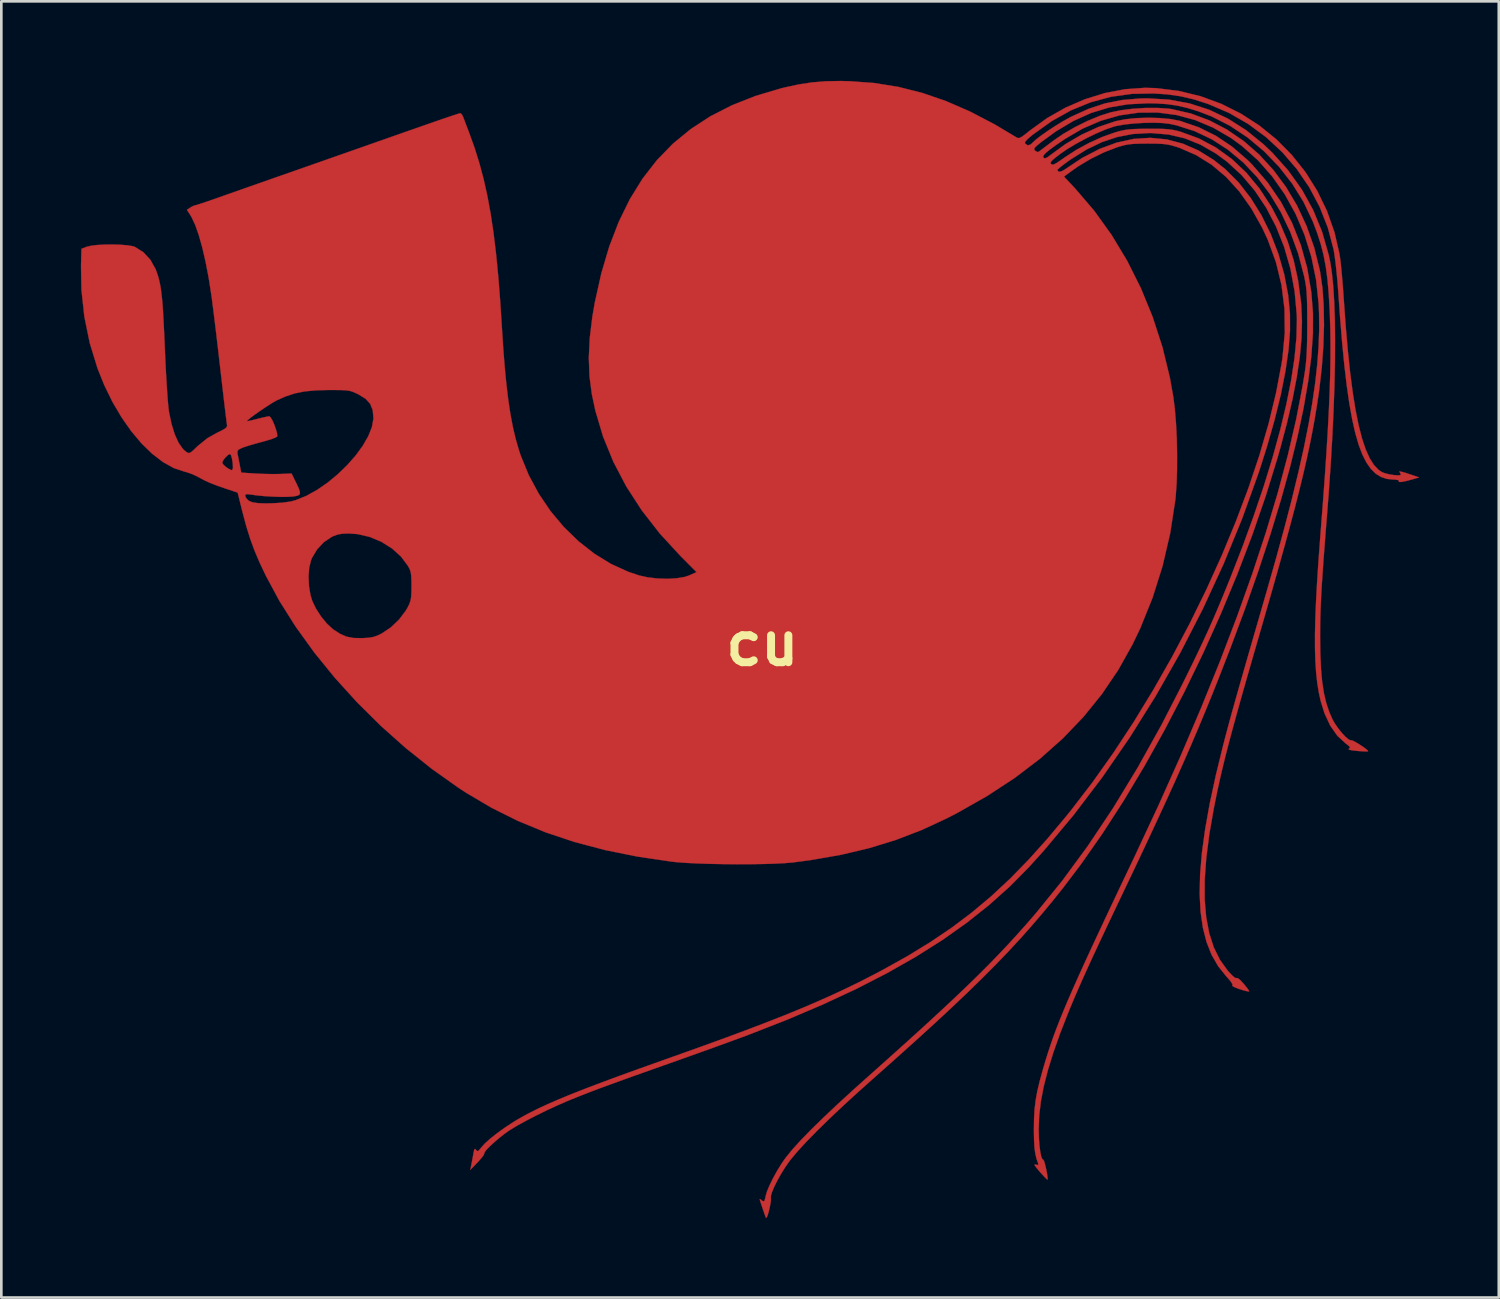
<source format=kicad_pcb>
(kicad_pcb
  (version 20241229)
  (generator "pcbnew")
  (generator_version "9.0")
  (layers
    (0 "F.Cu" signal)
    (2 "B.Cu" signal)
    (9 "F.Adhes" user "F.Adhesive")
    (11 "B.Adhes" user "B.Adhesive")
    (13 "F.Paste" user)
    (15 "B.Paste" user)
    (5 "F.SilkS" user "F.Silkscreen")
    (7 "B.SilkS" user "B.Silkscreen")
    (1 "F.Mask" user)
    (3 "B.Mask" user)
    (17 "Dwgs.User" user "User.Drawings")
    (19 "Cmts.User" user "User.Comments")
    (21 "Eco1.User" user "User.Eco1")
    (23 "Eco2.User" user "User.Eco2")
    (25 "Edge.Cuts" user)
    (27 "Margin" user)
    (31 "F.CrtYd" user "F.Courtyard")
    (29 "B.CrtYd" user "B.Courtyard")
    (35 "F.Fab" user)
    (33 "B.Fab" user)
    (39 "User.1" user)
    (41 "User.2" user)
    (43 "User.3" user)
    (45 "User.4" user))
  (footprint "cu"
    (layer "F.Cu")
    (at 25.7 21.233)
    (property "Reference" "cu" (at 0 0 0) (layer "F.SilkS") (effects (font (size 1.524 1.524) (thickness 0.3))))
    (attr through_hole)
    (fp_poly (pts (xy 3.301 -21.22) (xy 4.222 -21.152) (xy 5.127 -21.006) (xy 6.024 -20.781) (xy 6.922 -20.472) (xy 7.831 -20.077) (xy 8.759 -19.593) (xy 9.581 -19.102) (xy 9.636 -19.077) (xy 9.696 -19.081) (xy 9.779 -19.123) (xy 9.903 -19.212) (xy 10.086 -19.358) (xy 10.092 -19.363) (xy 10.739 -19.831) (xy 11.434 -20.225) (xy 12.163 -20.54) (xy 12.915 -20.773) (xy 13.674 -20.918) (xy 14.43 -20.972) (xy 14.857 -20.959) (xy 15.707 -20.853) (xy 16.527 -20.653) (xy 17.311 -20.365) (xy 18.052 -19.994) (xy 18.745 -19.546) (xy 19.385 -19.026) (xy 19.965 -18.439) (xy 20.48 -17.791) (xy 20.923 -17.086) (xy 21.289 -16.331) (xy 21.572 -15.529) (xy 21.765 -14.693) (xy 21.791 -14.51) (xy 21.821 -14.248) (xy 21.852 -13.928) (xy 21.882 -13.572) (xy 21.91 -13.202) (xy 21.92 -13.056) (xy 21.994 -12.015) (xy 22.076 -11.073) (xy 22.165 -10.227) (xy 22.263 -9.473) (xy 22.37 -8.81) (xy 22.487 -8.234) (xy 22.614 -7.742) (xy 22.752 -7.332) (xy 22.902 -7) (xy 23.064 -6.745) (xy 23.239 -6.562) (xy 23.368 -6.477) (xy 23.488 -6.432) (xy 23.646 -6.394) (xy 23.812 -6.368) (xy 23.958 -6.357) (xy 24.056 -6.365) (xy 24.079 -6.384) (xy 24.047 -6.458) (xy 24.018 -6.492) (xy 24.034 -6.505) (xy 24.127 -6.487) (xy 24.281 -6.443) (xy 24.361 -6.416) (xy 24.765 -6.28) (xy 24.54 -6.214) (xy 24.284 -6.145) (xy 24.105 -6.11) (xy 24.009 -6.109) (xy 23.999 -6.14) (xy 23.985 -6.177) (xy 23.881 -6.196) (xy 23.79 -6.199) (xy 23.552 -6.223) (xy 23.334 -6.295) (xy 23.133 -6.418) (xy 22.949 -6.598) (xy 22.781 -6.837) (xy 22.627 -7.14) (xy 22.487 -7.51) (xy 22.359 -7.951) (xy 22.242 -8.467) (xy 22.135 -9.062) (xy 22.037 -9.74) (xy 21.947 -10.504) (xy 21.863 -11.359) (xy 21.785 -12.308) (xy 21.719 -13.244) (xy 21.691 -13.612) (xy 21.657 -13.98) (xy 21.62 -14.325) (xy 21.582 -14.622) (xy 21.547 -14.846) (xy 21.54 -14.88) (xy 21.323 -15.699) (xy 21.015 -16.482) (xy 20.622 -17.222) (xy 20.151 -17.911) (xy 19.607 -18.542) (xy 18.997 -19.109) (xy 18.327 -19.605) (xy 17.601 -20.023) (xy 16.828 -20.355) (xy 16.789 -20.369) (xy 16.267 -20.537) (xy 15.776 -20.652) (xy 15.273 -20.724) (xy 14.757 -20.759) (xy 13.938 -20.744) (xy 13.147 -20.634) (xy 12.381 -20.427) (xy 11.638 -20.123) (xy 10.916 -19.719) (xy 10.211 -19.216) (xy 10.173 -19.186) (xy 10.012 -19.05) (xy 9.924 -18.958) (xy 9.899 -18.896) (xy 9.913 -18.864) (xy 10.009 -18.801) (xy 10.117 -18.835) (xy 10.19 -18.904) (xy 10.319 -19.023) (xy 10.517 -19.175) (xy 10.763 -19.348) (xy 11.036 -19.527) (xy 11.316 -19.699) (xy 11.583 -19.848) (xy 11.659 -19.888) (xy 12.297 -20.177) (xy 12.921 -20.383) (xy 13.559 -20.511) (xy 14.24 -20.569) (xy 14.53 -20.574) (xy 15.334 -20.526) (xy 16.105 -20.384) (xy 16.846 -20.145) (xy 17.556 -19.809) (xy 18.238 -19.377) (xy 18.892 -18.847) (xy 19.231 -18.524) (xy 19.834 -17.848) (xy 20.348 -17.127) (xy 20.771 -16.359) (xy 21.107 -15.54) (xy 21.355 -14.67) (xy 21.408 -14.427) (xy 21.474 -14.008) (xy 21.527 -13.495) (xy 21.564 -12.893) (xy 21.588 -12.209) (xy 21.596 -11.449) (xy 21.591 -10.619) (xy 21.572 -9.726) (xy 21.538 -8.775) (xy 21.49 -7.772) (xy 21.428 -6.724) (xy 21.352 -5.637) (xy 21.309 -5.083) (xy 21.251 -4.356) (xy 21.202 -3.719) (xy 21.16 -3.162) (xy 21.126 -2.674) (xy 21.097 -2.246) (xy 21.075 -1.866) (xy 21.059 -1.523) (xy 21.046 -1.208) (xy 21.038 -0.909) (xy 21.034 -0.617) (xy 21.032 -0.32) (xy 21.032 -0.279) (xy 21.04 0.373) (xy 21.065 0.937) (xy 21.109 1.426) (xy 21.175 1.853) (xy 21.263 2.229) (xy 21.377 2.568) (xy 21.497 2.843) (xy 21.596 3.016) (xy 21.723 3.196) (xy 21.86 3.366) (xy 21.994 3.507) (xy 22.109 3.603) (xy 22.188 3.636) (xy 22.2 3.632) (xy 22.257 3.645) (xy 22.366 3.7) (xy 22.503 3.782) (xy 22.643 3.874) (xy 22.761 3.96) (xy 22.832 4.025) (xy 22.841 4.049) (xy 22.785 4.054) (xy 22.653 4.05) (xy 22.472 4.038) (xy 22.428 4.034) (xy 22.229 4.011) (xy 22.123 3.988) (xy 22.105 3.962) (xy 22.12 3.951) (xy 22.159 3.914) (xy 22.137 3.866) (xy 22.042 3.787) (xy 22.006 3.761) (xy 21.685 3.466) (xy 21.415 3.084) (xy 21.198 2.616) (xy 21.055 2.159) (xy 20.984 1.836) (xy 20.926 1.484) (xy 20.883 1.096) (xy 20.854 0.664) (xy 20.839 0.182) (xy 20.838 -0.357) (xy 20.852 -0.961) (xy 20.88 -1.637) (xy 20.922 -2.391) (xy 20.978 -3.232) (xy 21.048 -4.166) (xy 21.052 -4.216) (xy 21.136 -5.301) (xy 21.209 -6.292) (xy 21.27 -7.199) (xy 21.321 -8.03) (xy 21.361 -8.791) (xy 21.391 -9.492) (xy 21.412 -10.141) (xy 21.422 -10.745) (xy 21.424 -11.313) (xy 21.417 -11.853) (xy 21.401 -12.373) (xy 21.393 -12.573) (xy 21.357 -13.198) (xy 21.31 -13.742) (xy 21.246 -14.225) (xy 21.162 -14.666) (xy 21.054 -15.086) (xy 20.919 -15.505) (xy 20.752 -15.943) (xy 20.748 -15.951) (xy 20.403 -16.677) (xy 19.976 -17.363) (xy 19.476 -18.002) (xy 18.915 -18.582) (xy 18.299 -19.097) (xy 17.64 -19.536) (xy 16.947 -19.89) (xy 16.447 -20.083) (xy 16.027 -20.212) (xy 15.644 -20.301) (xy 15.261 -20.356) (xy 14.841 -20.383) (xy 14.529 -20.388) (xy 13.784 -20.35) (xy 13.077 -20.23) (xy 12.397 -20.023) (xy 11.733 -19.725) (xy 11.076 -19.334) (xy 10.525 -18.933) (xy 10.367 -18.805) (xy 10.279 -18.722) (xy 10.249 -18.666) (xy 10.264 -18.622) (xy 10.284 -18.599) (xy 10.376 -18.548) (xy 10.432 -18.568) (xy 10.498 -18.618) (xy 10.626 -18.715) (xy 10.795 -18.843) (xy 10.952 -18.962) (xy 11.344 -19.232) (xy 11.793 -19.491) (xy 12.266 -19.725) (xy 12.73 -19.917) (xy 13.136 -20.047) (xy 13.523 -20.126) (xy 13.969 -20.182) (xy 14.438 -20.212) (xy 14.894 -20.214) (xy 15.302 -20.187) (xy 15.433 -20.169) (xy 16.161 -20.002) (xy 16.861 -19.741) (xy 17.525 -19.393) (xy 18.151 -18.963) (xy 18.733 -18.456) (xy 19.265 -17.877) (xy 19.744 -17.233) (xy 20.163 -16.528) (xy 20.518 -15.768) (xy 20.805 -14.959) (xy 21.017 -14.105) (xy 21.036 -14.009) (xy 21.12 -13.42) (xy 21.167 -12.752) (xy 21.179 -12.02) (xy 21.155 -11.239) (xy 21.095 -10.425) (xy 21 -9.594) (xy 20.976 -9.423) (xy 20.904 -8.948) (xy 20.825 -8.472) (xy 20.736 -7.988) (xy 20.637 -7.488) (xy 20.524 -6.963) (xy 20.396 -6.407) (xy 20.251 -5.812) (xy 20.088 -5.169) (xy 19.903 -4.471) (xy 19.696 -3.71) (xy 19.464 -2.878) (xy 19.206 -1.967) (xy 18.919 -0.97) (xy 18.823 -0.635) (xy 18.574 0.223) (xy 18.353 0.992) (xy 18.156 1.68) (xy 17.982 2.296) (xy 17.829 2.848) (xy 17.693 3.345) (xy 17.574 3.795) (xy 17.468 4.206) (xy 17.374 4.587) (xy 17.289 4.946) (xy 17.211 5.292) (xy 17.138 5.632) (xy 17.068 5.976) (xy 17.024 6.198) (xy 16.853 7.178) (xy 16.738 8.077) (xy 16.68 8.897) (xy 16.679 9.641) (xy 16.736 10.312) (xy 16.851 10.912) (xy 17.023 11.444) (xy 17.254 11.911) (xy 17.543 12.316) (xy 17.588 12.368) (xy 17.73 12.515) (xy 17.83 12.595) (xy 17.881 12.6) (xy 17.881 12.6) (xy 17.93 12.605) (xy 18.028 12.685) (xy 18.157 12.825) (xy 18.267 12.96) (xy 18.339 13.06) (xy 18.358 13.105) (xy 18.355 13.106) (xy 18.254 13.092) (xy 18.115 13.055) (xy 17.965 13.007) (xy 17.831 12.955) (xy 17.741 12.911) (xy 17.721 12.883) (xy 17.721 12.883) (xy 17.727 12.833) (xy 17.662 12.729) (xy 17.523 12.566) (xy 17.48 12.52) (xy 17.185 12.149) (xy 16.941 11.725) (xy 16.75 11.243) (xy 16.611 10.7) (xy 16.524 10.095) (xy 16.489 9.423) (xy 16.507 8.681) (xy 16.576 7.868) (xy 16.698 6.979) (xy 16.871 6.012) (xy 17.097 4.963) (xy 17.373 3.835) (xy 17.433 3.602) (xy 17.493 3.374) (xy 17.555 3.143) (xy 17.62 2.901) (xy 17.691 2.641) (xy 17.771 2.355) (xy 17.861 2.035) (xy 17.963 1.674) (xy 18.081 1.263) (xy 18.215 0.795) (xy 18.368 0.262) (xy 18.543 -0.343) (xy 18.741 -1.029) (xy 18.965 -1.803) (xy 19.017 -1.981) (xy 19.371 -3.227) (xy 19.688 -4.385) (xy 19.967 -5.461) (xy 20.21 -6.462) (xy 20.419 -7.393) (xy 20.593 -8.261) (xy 20.735 -9.071) (xy 20.845 -9.83) (xy 20.925 -10.544) (xy 20.975 -11.218) (xy 20.997 -11.859) (xy 20.992 -12.473) (xy 20.976 -12.831) (xy 20.881 -13.729) (xy 20.702 -14.598) (xy 20.443 -15.43) (xy 20.108 -16.217) (xy 19.701 -16.953) (xy 19.226 -17.63) (xy 18.687 -18.24) (xy 18.088 -18.776) (xy 17.669 -19.081) (xy 17.003 -19.468) (xy 16.316 -19.757) (xy 15.614 -19.947) (xy 14.902 -20.04) (xy 14.187 -20.035) (xy 13.473 -19.932) (xy 12.767 -19.731) (xy 12.073 -19.432) (xy 11.397 -19.035) (xy 11.381 -19.024) (xy 11.078 -18.816) (xy 10.855 -18.655) (xy 10.704 -18.532) (xy 10.616 -18.442) (xy 10.586 -18.378) (xy 10.602 -18.334) (xy 10.657 -18.311) (xy 10.739 -18.344) (xy 10.87 -18.441) (xy 10.882 -18.451) (xy 11.432 -18.851) (xy 12.038 -19.205) (xy 12.672 -19.495) (xy 13.302 -19.708) (xy 13.336 -19.717) (xy 13.686 -19.785) (xy 14.098 -19.828) (xy 14.539 -19.843) (xy 14.979 -19.832) (xy 15.387 -19.794) (xy 15.73 -19.729) (xy 15.757 -19.722) (xy 16.452 -19.484) (xy 17.1 -19.164) (xy 17.71 -18.755) (xy 18.291 -18.254) (xy 18.468 -18.077) (xy 19.052 -17.403) (xy 19.553 -16.671) (xy 19.97 -15.886) (xy 20.302 -15.05) (xy 20.547 -14.169) (xy 20.702 -13.247) (xy 20.762 -12.471) (xy 20.76 -11.701) (xy 20.701 -10.848) (xy 20.584 -9.917) (xy 20.411 -8.908) (xy 20.181 -7.824) (xy 19.896 -6.666) (xy 19.555 -5.437) (xy 19.159 -4.139) (xy 18.709 -2.772) (xy 18.206 -1.34) (xy 17.649 0.155) (xy 17.195 1.321) (xy 16.939 1.962) (xy 16.681 2.592) (xy 16.418 3.222) (xy 16.144 3.862) (xy 15.855 4.522) (xy 15.547 5.213) (xy 15.214 5.944) (xy 14.853 6.725) (xy 14.459 7.568) (xy 14.027 8.482) (xy 13.615 9.347) (xy 13.275 10.061) (xy 12.975 10.693) (xy 12.712 11.252) (xy 12.481 11.747) (xy 12.278 12.189) (xy 12.098 12.586) (xy 11.938 12.946) (xy 11.793 13.281) (xy 11.659 13.598) (xy 11.558 13.843) (xy 11.239 14.654) (xy 10.977 15.392) (xy 10.768 16.066) (xy 10.61 16.685) (xy 10.5 17.258) (xy 10.438 17.796) (xy 10.419 18.308) (xy 10.419 18.331) (xy 10.428 18.643) (xy 10.449 18.924) (xy 10.479 19.159) (xy 10.516 19.333) (xy 10.558 19.431) (xy 10.59 19.447) (xy 10.616 19.486) (xy 10.651 19.596) (xy 10.689 19.749) (xy 10.723 19.916) (xy 10.748 20.066) (xy 10.757 20.172) (xy 10.751 20.204) (xy 10.713 20.176) (xy 10.625 20.087) (xy 10.506 19.955) (xy 10.464 19.908) (xy 10.335 19.755) (xy 10.271 19.665) (xy 10.266 19.629) (xy 10.311 19.634) (xy 10.395 19.65) (xy 10.406 19.611) (xy 10.399 19.592) (xy 10.335 19.404) (xy 10.29 19.211) (xy 10.261 18.99) (xy 10.245 18.719) (xy 10.239 18.373) (xy 10.239 18.288) (xy 10.245 17.892) (xy 10.265 17.542) (xy 10.305 17.211) (xy 10.367 16.871) (xy 10.456 16.494) (xy 10.577 16.053) (xy 10.59 16.009) (xy 10.677 15.714) (xy 10.767 15.424) (xy 10.863 15.132) (xy 10.967 14.832) (xy 11.083 14.519) (xy 11.213 14.185) (xy 11.359 13.825) (xy 11.525 13.433) (xy 11.713 13.001) (xy 11.926 12.524) (xy 12.166 11.995) (xy 12.436 11.409) (xy 12.74 10.759) (xy 13.078 10.038) (xy 13.455 9.241) (xy 13.873 8.362) (xy 14.033 8.026) (xy 14.929 6.107) (xy 15.764 4.242) (xy 16.536 2.433) (xy 17.245 0.683) (xy 17.89 -1.006) (xy 18.47 -2.633) (xy 18.985 -4.196) (xy 19.434 -5.692) (xy 19.816 -7.12) (xy 20.131 -8.478) (xy 20.378 -9.765) (xy 20.454 -10.236) (xy 20.488 -10.488) (xy 20.513 -10.753) (xy 20.531 -11.049) (xy 20.541 -11.397) (xy 20.546 -11.816) (xy 20.547 -12.09) (xy 20.545 -12.496) (xy 20.542 -12.819) (xy 20.534 -13.076) (xy 20.521 -13.285) (xy 20.503 -13.466) (xy 20.477 -13.635) (xy 20.442 -13.812) (xy 20.43 -13.868) (xy 20.203 -14.729) (xy 19.907 -15.537) (xy 19.548 -16.289) (xy 19.13 -16.98) (xy 18.657 -17.604) (xy 18.133 -18.157) (xy 17.564 -18.633) (xy 16.952 -19.028) (xy 16.303 -19.337) (xy 15.621 -19.555) (xy 15.355 -19.613) (xy 15.088 -19.644) (xy 14.753 -19.656) (xy 14.381 -19.649) (xy 14.003 -19.626) (xy 13.649 -19.587) (xy 13.351 -19.534) (xy 13.259 -19.511) (xy 12.949 -19.404) (xy 12.587 -19.25) (xy 12.202 -19.063) (xy 11.823 -18.858) (xy 11.477 -18.649) (xy 11.238 -18.483) (xy 11.048 -18.338) (xy 10.931 -18.238) (xy 10.875 -18.171) (xy 10.869 -18.124) (xy 10.887 -18.098) (xy 10.93 -18.074) (xy 10.994 -18.084) (xy 11.094 -18.136) (xy 11.247 -18.238) (xy 11.384 -18.336) (xy 11.823 -18.622) (xy 12.31 -18.888) (xy 12.809 -19.115) (xy 13.281 -19.284) (xy 13.284 -19.285) (xy 13.472 -19.339) (xy 13.637 -19.376) (xy 13.805 -19.401) (xy 14.001 -19.416) (xy 14.249 -19.424) (xy 14.554 -19.427) (xy 14.881 -19.427) (xy 15.13 -19.421) (xy 15.326 -19.407) (xy 15.492 -19.383) (xy 15.653 -19.347) (xy 15.768 -19.315) (xy 16.456 -19.064) (xy 17.099 -18.722) (xy 17.697 -18.291) (xy 18.247 -17.773) (xy 18.747 -17.17) (xy 19.194 -16.484) (xy 19.51 -15.884) (xy 19.806 -15.186) (xy 20.034 -14.472) (xy 20.2 -13.718) (xy 20.309 -12.901) (xy 20.321 -12.771) (xy 20.348 -12.173) (xy 20.33 -11.527) (xy 20.266 -10.826) (xy 20.153 -10.066) (xy 19.993 -9.238) (xy 19.783 -8.337) (xy 19.522 -7.358) (xy 19.431 -7.036) (xy 18.983 -5.584) (xy 18.474 -4.109) (xy 17.906 -2.622) (xy 17.288 -1.135) (xy 16.624 0.342) (xy 15.92 1.795) (xy 15.183 3.215) (xy 14.417 4.588) (xy 13.629 5.904) (xy 12.824 7.15) (xy 12.008 8.316) (xy 11.362 9.169) (xy 10.959 9.674) (xy 10.554 10.164) (xy 10.142 10.644) (xy 9.716 11.123) (xy 9.268 11.606) (xy 8.793 12.1) (xy 8.284 12.611) (xy 7.735 13.146) (xy 7.138 13.713) (xy 6.488 14.316) (xy 5.778 14.963) (xy 5 15.661) (xy 4.19 16.381) (xy 3.577 16.929) (xy 3.011 17.448) (xy 2.498 17.933) (xy 2.043 18.379) (xy 1.652 18.78) (xy 1.329 19.131) (xy 1.079 19.428) (xy 1.018 19.507) (xy 0.858 19.737) (xy 0.702 19.987) (xy 0.561 20.24) (xy 0.444 20.475) (xy 0.36 20.676) (xy 0.319 20.823) (xy 0.319 20.879) (xy 0.322 20.965) (xy 0.305 21.1) (xy 0.274 21.259) (xy 0.236 21.418) (xy 0.196 21.551) (xy 0.161 21.634) (xy 0.135 21.642) (xy 0.135 21.641) (xy 0.098 21.543) (xy 0.046 21.397) (xy -0.01 21.232) (xy -0.06 21.08) (xy -0.093 20.971) (xy -0.102 20.937) (xy -0.073 20.942) (xy -0.041 20.97) (xy 0.032 21.024) (xy 0.078 20.999) (xy 0.111 20.887) (xy 0.12 20.834) (xy 0.17 20.657) (xy 0.268 20.421) (xy 0.401 20.15) (xy 0.557 19.867) (xy 0.724 19.596) (xy 0.875 19.38) (xy 1.115 19.084) (xy 1.431 18.734) (xy 1.823 18.33) (xy 2.292 17.871) (xy 2.84 17.354) (xy 3.468 16.779) (xy 3.988 16.314) (xy 4.76 15.625) (xy 5.46 14.996) (xy 6.096 14.419) (xy 6.673 13.888) (xy 7.199 13.397) (xy 7.68 12.939) (xy 8.122 12.509) (xy 8.532 12.099) (xy 8.916 11.703) (xy 9.282 11.316) (xy 9.635 10.929) (xy 9.983 10.538) (xy 10.31 10.16) (xy 11.304 8.936) (xy 12.276 7.614) (xy 13.224 6.192) (xy 14.149 4.672) (xy 15.05 3.054) (xy 15.824 1.549) (xy 16.116 0.956) (xy 16.371 0.432) (xy 16.595 -0.042) (xy 16.8 -0.485) (xy 16.993 -0.919) (xy 17.183 -1.362) (xy 17.381 -1.835) (xy 17.593 -2.357) (xy 17.629 -2.444) (xy 18.103 -3.66) (xy 18.531 -4.835) (xy 18.913 -5.966) (xy 19.245 -7.048) (xy 19.528 -8.075) (xy 19.76 -9.044) (xy 19.941 -9.949) (xy 20.067 -10.786) (xy 20.14 -11.55) (xy 20.157 -12.236) (xy 20.151 -12.421) (xy 20.07 -13.304) (xy 19.911 -14.156) (xy 19.677 -14.969) (xy 19.372 -15.736) (xy 19 -16.448) (xy 18.565 -17.099) (xy 18.07 -17.682) (xy 17.519 -18.188) (xy 17.099 -18.496) (xy 16.518 -18.83) (xy 15.929 -19.067) (xy 15.318 -19.21) (xy 14.672 -19.265) (xy 14.58 -19.266) (xy 13.966 -19.229) (xy 13.38 -19.117) (xy 12.806 -18.925) (xy 12.23 -18.648) (xy 11.639 -18.28) (xy 11.519 -18.196) (xy 11.349 -18.071) (xy 11.216 -17.966) (xy 11.138 -17.895) (xy 11.125 -17.876) (xy 11.161 -17.811) (xy 11.252 -17.811) (xy 11.379 -17.874) (xy 11.396 -17.886) (xy 12.056 -18.325) (xy 12.711 -18.665) (xy 13.359 -18.905) (xy 14 -19.045) (xy 14.63 -19.085) (xy 15.25 -19.025) (xy 15.857 -18.865) (xy 16.449 -18.606) (xy 17.026 -18.247) (xy 17.46 -17.9) (xy 17.958 -17.401) (xy 18.412 -16.82) (xy 18.816 -16.171) (xy 19.166 -15.466) (xy 19.455 -14.719) (xy 19.678 -13.942) (xy 19.828 -13.148) (xy 19.895 -12.453) (xy 19.897 -11.808) (xy 19.84 -11.084) (xy 19.724 -10.283) (xy 19.551 -9.409) (xy 19.319 -8.464) (xy 19.031 -7.451) (xy 18.721 -6.477) (xy 18.097 -4.739) (xy 17.392 -3.018) (xy 16.609 -1.321) (xy 15.755 0.341) (xy 14.835 1.958) (xy 13.855 3.523) (xy 12.82 5.025) (xy 11.734 6.455) (xy 10.605 7.804) (xy 10.06 8.407) (xy 9.339 9.138) (xy 8.555 9.84) (xy 7.704 10.516) (xy 6.781 11.169) (xy 5.782 11.8) (xy 4.702 12.413) (xy 3.539 13.011) (xy 2.286 13.594) (xy 0.941 14.167) (xy -0.501 14.731) (xy -0.625 14.778) (xy -0.936 14.892) (xy -1.321 15.033) (xy -1.762 15.193) (xy -2.237 15.364) (xy -2.727 15.539) (xy -3.211 15.712) (xy -3.531 15.825) (xy -4.19 16.058) (xy -4.764 16.262) (xy -5.262 16.44) (xy -5.694 16.597) (xy -6.071 16.735) (xy -6.404 16.86) (xy -6.701 16.975) (xy -6.974 17.083) (xy -7.233 17.188) (xy -7.341 17.232) (xy -7.727 17.4) (xy -8.134 17.589) (xy -8.542 17.789) (xy -8.925 17.988) (xy -9.261 18.173) (xy -9.528 18.335) (xy -9.546 18.346) (xy -9.727 18.475) (xy -9.919 18.626) (xy -10.105 18.785) (xy -10.27 18.937) (xy -10.399 19.069) (xy -10.474 19.165) (xy -10.486 19.209) (xy -10.506 19.264) (xy -10.582 19.371) (xy -10.701 19.507) (xy -10.736 19.544) (xy -11.014 19.834) (xy -10.969 19.607) (xy -10.933 19.415) (xy -10.898 19.225) (xy -10.892 19.189) (xy -10.866 19.071) (xy -10.838 19.041) (xy -10.796 19.082) (xy -10.796 19.083) (xy -10.75 19.128) (xy -10.702 19.111) (xy -10.627 19.022) (xy -10.612 19.002) (xy -10.471 18.844) (xy -10.259 18.654) (xy -9.994 18.444) (xy -9.697 18.23) (xy -9.385 18.026) (xy -9.255 17.947) (xy -8.999 17.801) (xy -8.725 17.656) (xy -8.426 17.508) (xy -8.095 17.355) (xy -7.725 17.194) (xy -7.309 17.021) (xy -6.839 16.834) (xy -6.309 16.631) (xy -5.71 16.407) (xy -5.038 16.161) (xy -4.283 15.89) (xy -3.439 15.59) (xy -3.378 15.568) (xy -2.376 15.211) (xy -1.462 14.88) (xy -0.628 14.57) (xy 0.136 14.279) (xy 0.838 14.003) (xy 1.487 13.738) (xy 2.091 13.479) (xy 2.661 13.225) (xy 3.205 12.97) (xy 3.73 12.712) (xy 4.248 12.446) (xy 4.565 12.278) (xy 5.489 11.762) (xy 6.344 11.238) (xy 7.144 10.697) (xy 7.9 10.127) (xy 8.626 9.518) (xy 9.334 8.859) (xy 10.037 8.139) (xy 10.747 7.348) (xy 11.477 6.475) (xy 11.639 6.274) (xy 12.451 5.216) (xy 13.243 4.099) (xy 14.011 2.93) (xy 14.749 1.72) (xy 15.455 0.478) (xy 16.123 -0.787) (xy 16.749 -2.064) (xy 17.328 -3.345) (xy 17.856 -4.62) (xy 18.33 -5.88) (xy 18.743 -7.114) (xy 19.092 -8.315) (xy 19.372 -9.472) (xy 19.58 -10.575) (xy 19.613 -10.795) (xy 19.7 -11.729) (xy 19.688 -12.641) (xy 19.577 -13.531) (xy 19.366 -14.399) (xy 19.057 -15.246) (xy 18.844 -15.703) (xy 18.434 -16.43) (xy 17.98 -17.068) (xy 17.483 -17.614) (xy 16.942 -18.07) (xy 16.359 -18.434) (xy 15.735 -18.706) (xy 15.594 -18.753) (xy 15.42 -18.803) (xy 15.258 -18.837) (xy 15.079 -18.857) (xy 14.858 -18.867) (xy 14.567 -18.869) (xy 14.503 -18.869) (xy 14.203 -18.866) (xy 13.977 -18.856) (xy 13.797 -18.837) (xy 13.634 -18.805) (xy 13.461 -18.757) (xy 13.36 -18.724) (xy 12.884 -18.54) (xy 12.39 -18.297) (xy 11.926 -18.021) (xy 11.718 -17.877) (xy 11.373 -17.624) (xy 11.789 -17.181) (xy 12.509 -16.34) (xy 13.167 -15.426) (xy 13.758 -14.445) (xy 14.277 -13.408) (xy 14.72 -12.323) (xy 15.085 -11.198) (xy 15.366 -10.043) (xy 15.499 -9.297) (xy 15.555 -8.841) (xy 15.598 -8.313) (xy 15.626 -7.74) (xy 15.639 -7.149) (xy 15.637 -6.569) (xy 15.619 -6.026) (xy 15.585 -5.549) (xy 15.573 -5.436) (xy 15.378 -4.171) (xy 15.091 -2.938) (xy 14.714 -1.742) (xy 14.25 -0.591) (xy 13.96 0.014) (xy 13.421 0.978) (xy 12.805 1.889) (xy 12.109 2.749) (xy 11.332 3.561) (xy 10.47 4.327) (xy 9.521 5.049) (xy 8.483 5.73) (xy 7.353 6.371) (xy 6.96 6.574) (xy 6.009 7.016) (xy 5.034 7.391) (xy 4.021 7.702) (xy 2.955 7.954) (xy 1.823 8.151) (xy 1.143 8.241) (xy 0.848 8.266) (xy 0.47 8.286) (xy 0.029 8.299) (xy -0.456 8.306) (xy -0.967 8.308) (xy -1.485 8.303) (xy -1.99 8.293) (xy -2.464 8.277) (xy -2.888 8.256) (xy -3.242 8.229) (xy -3.403 8.212) (xy -4.707 8.02) (xy -5.932 7.773) (xy -7.086 7.468) (xy -8.179 7.103) (xy -9.219 6.674) (xy -10.214 6.178) (xy -11.173 5.612) (xy -11.455 5.428) (xy -12.467 4.71) (xy -13.449 3.926) (xy -14.393 3.085) (xy -15.288 2.197) (xy -16.127 1.272) (xy -16.9 0.32) (xy -17.599 -0.65) (xy -18.215 -1.626) (xy -18.707 -2.541) (xy -17.115 -2.541) (xy -17.099 -2.184) (xy -17.042 -1.842) (xy -16.972 -1.614) (xy -16.832 -1.326) (xy -16.642 -1.034) (xy -16.426 -0.769) (xy -16.207 -0.566) (xy -16.178 -0.544) (xy -15.915 -0.375) (xy -15.676 -0.273) (xy -15.42 -0.224) (xy -15.109 -0.218) (xy -15.088 -0.218) (xy -14.853 -0.232) (xy -14.68 -0.26) (xy -14.525 -0.311) (xy -14.349 -0.397) (xy -14.34 -0.403) (xy -14.008 -0.626) (xy -13.701 -0.92) (xy -13.45 -1.252) (xy -13.378 -1.376) (xy -13.312 -1.51) (xy -13.27 -1.63) (xy -13.246 -1.763) (xy -13.236 -1.94) (xy -13.233 -2.184) (xy -13.236 -2.432) (xy -13.246 -2.604) (xy -13.268 -2.731) (xy -13.308 -2.837) (xy -13.368 -2.947) (xy -13.63 -3.297) (xy -13.968 -3.601) (xy -14.364 -3.85) (xy -14.8 -4.033) (xy -15.256 -4.141) (xy -15.595 -4.166) (xy -15.831 -4.158) (xy -16.009 -4.128) (xy -16.176 -4.068) (xy -16.245 -4.034) (xy -16.541 -3.835) (xy -16.795 -3.562) (xy -16.986 -3.242) (xy -17.021 -3.157) (xy -17.09 -2.877) (xy -17.115 -2.541) (xy -18.707 -2.541) (xy -18.72 -2.565) (xy -18.957 -3.063) (xy -19.151 -3.519) (xy -19.315 -3.966) (xy -19.463 -4.44) (xy -19.606 -4.975) (xy -19.631 -5.076) (xy -19.787 -5.706) (xy -20.218 -5.85) (xy -20.553 -5.966) (xy -20.82 -6.069) (xy -21.047 -6.173) (xy -21.265 -6.29) (xy -21.29 -6.305) (xy -21.488 -6.399) (xy -21.711 -6.477) (xy -21.793 -6.498) (xy -22.196 -6.632) (xy -22.559 -6.834) (xy -20.371 -6.834) (xy -20.331 -6.766) (xy -20.236 -6.678) (xy -20.121 -6.599) (xy -20.021 -6.556) (xy -20.003 -6.553) (xy -19.973 -6.596) (xy -19.965 -6.668) (xy -19.976 -6.832) (xy -20.002 -6.99) (xy -20.036 -7.11) (xy -20.072 -7.163) (xy -20.075 -7.163) (xy -20.152 -7.125) (xy -20.248 -7.035) (xy -20.331 -6.928) (xy -20.371 -6.839) (xy -20.371 -6.834) (xy -22.559 -6.834) (xy -22.605 -6.86) (xy -23.013 -7.173) (xy -23.414 -7.563) (xy -23.801 -8.024) (xy -24.167 -8.547) (xy -24.507 -9.124) (xy -24.813 -9.748) (xy -25.071 -10.387) (xy -25.366 -11.349) (xy -25.57 -12.345) (xy -25.679 -13.357) (xy -25.695 -14.244) (xy -25.679 -14.9) (xy -25.476 -14.977) (xy -25.313 -15.016) (xy -25.08 -15.044) (xy -24.803 -15.059) (xy -24.505 -15.062) (xy -24.215 -15.054) (xy -23.956 -15.033) (xy -23.755 -15.001) (xy -23.662 -14.972) (xy -23.341 -14.769) (xy -23.079 -14.485) (xy -22.879 -14.127) (xy -22.789 -13.868) (xy -22.746 -13.706) (xy -22.709 -13.534) (xy -22.678 -13.342) (xy -22.65 -13.118) (xy -22.625 -12.851) (xy -22.602 -12.529) (xy -22.58 -12.141) (xy -22.557 -11.676) (xy -22.533 -11.122) (xy -22.53 -11.049) (xy -22.51 -10.605) (xy -22.488 -10.173) (xy -22.464 -9.769) (xy -22.44 -9.409) (xy -22.417 -9.107) (xy -22.395 -8.879) (xy -22.38 -8.763) (xy -22.284 -8.302) (xy -22.162 -7.906) (xy -22.016 -7.586) (xy -21.852 -7.351) (xy -21.724 -7.239) (xy -21.662 -7.204) (xy -21.605 -7.201) (xy -21.535 -7.24) (xy -21.5 -7.27) (xy -19.797 -7.27) (xy -19.794 -7.179) (xy -19.793 -7.173) (xy -19.768 -7.046) (xy -19.733 -6.867) (xy -19.71 -6.748) (xy -19.654 -6.461) (xy -19.136 -6.426) (xy -18.852 -6.413) (xy -18.545 -6.406) (xy -18.268 -6.407) (xy -18.186 -6.409) (xy -17.755 -6.426) (xy -17.593 -6.096) (xy -17.491 -5.88) (xy -17.44 -5.736) (xy -17.444 -5.648) (xy -17.508 -5.598) (xy -17.634 -5.57) (xy -17.713 -5.559) (xy -17.911 -5.547) (xy -18.178 -5.546) (xy -18.482 -5.556) (xy -18.79 -5.575) (xy -19.07 -5.602) (xy -19.291 -5.634) (xy -19.443 -5.65) (xy -19.507 -5.618) (xy -19.486 -5.535) (xy -19.444 -5.47) (xy -19.358 -5.392) (xy -19.225 -5.34) (xy -19.03 -5.31) (xy -18.76 -5.299) (xy -18.491 -5.303) (xy -18.102 -5.326) (xy -17.793 -5.37) (xy -17.596 -5.422) (xy -17.196 -5.584) (xy -16.791 -5.81) (xy -16.392 -6.085) (xy -16.009 -6.401) (xy -15.655 -6.745) (xy -15.338 -7.105) (xy -15.071 -7.471) (xy -14.863 -7.832) (xy -14.725 -8.175) (xy -14.669 -8.489) (xy -14.668 -8.52) (xy -14.694 -8.817) (xy -14.788 -9.052) (xy -14.96 -9.242) (xy -15.222 -9.405) (xy -15.237 -9.413) (xy -15.365 -9.474) (xy -15.472 -9.518) (xy -15.579 -9.547) (xy -15.708 -9.564) (xy -15.878 -9.573) (xy -16.113 -9.575) (xy -16.357 -9.576) (xy -16.849 -9.563) (xy -17.268 -9.522) (xy -17.638 -9.447) (xy -17.984 -9.333) (xy -18.303 -9.191) (xy -18.432 -9.12) (xy -18.6 -9.016) (xy -18.79 -8.891) (xy -18.983 -8.76) (xy -19.163 -8.632) (xy -19.311 -8.522) (xy -19.41 -8.44) (xy -19.441 -8.401) (xy -19.441 -8.4) (xy -19.389 -8.406) (xy -19.264 -8.432) (xy -19.09 -8.474) (xy -19.048 -8.485) (xy -18.856 -8.533) (xy -18.696 -8.568) (xy -18.599 -8.584) (xy -18.592 -8.584) (xy -18.542 -8.54) (xy -18.477 -8.427) (xy -18.408 -8.272) (xy -18.348 -8.104) (xy -18.305 -7.951) (xy -18.293 -7.843) (xy -18.296 -7.824) (xy -18.351 -7.788) (xy -18.484 -7.735) (xy -18.674 -7.674) (xy -18.874 -7.619) (xy -19.121 -7.552) (xy -19.351 -7.485) (xy -19.535 -7.426) (xy -19.625 -7.393) (xy -19.748 -7.332) (xy -19.797 -7.27) (xy -21.5 -7.27) (xy -21.431 -7.331) (xy -21.299 -7.458) (xy -20.932 -7.756) (xy -20.58 -7.955) (xy -20.384 -8.052) (xy -20.263 -8.121) (xy -20.203 -8.177) (xy -20.186 -8.233) (xy -20.192 -8.28) (xy -20.203 -8.358) (xy -20.224 -8.524) (xy -20.254 -8.769) (xy -20.291 -9.079) (xy -20.334 -9.445) (xy -20.381 -9.853) (xy -20.432 -10.294) (xy -20.449 -10.439) (xy -20.504 -10.917) (xy -20.56 -11.393) (xy -20.614 -11.85) (xy -20.666 -12.273) (xy -20.712 -12.644) (xy -20.751 -12.948) (xy -20.781 -13.169) (xy -20.783 -13.183) (xy -20.885 -13.828) (xy -21 -14.422) (xy -21.123 -14.954) (xy -21.253 -15.416) (xy -21.388 -15.798) (xy -21.524 -16.091) (xy -21.573 -16.172) (xy -21.7 -16.368) (xy -21.584 -16.449) (xy -21.469 -16.514) (xy -21.389 -16.54) (xy -21.318 -16.559) (xy -21.167 -16.607) (xy -20.956 -16.678) (xy -20.699 -16.766) (xy -20.447 -16.855) (xy -20.113 -16.973) (xy -19.718 -17.112) (xy -19.295 -17.261) (xy -18.879 -17.407) (xy -18.542 -17.525) (xy -18.186 -17.65) (xy -17.764 -17.797) (xy -17.295 -17.962) (xy -16.796 -18.137) (xy -16.285 -18.316) (xy -15.779 -18.494) (xy -15.296 -18.663) (xy -14.853 -18.819) (xy -14.469 -18.954) (xy -14.16 -19.062) (xy -14.122 -19.076) (xy -13.466 -19.306) (xy -12.898 -19.505) (xy -12.418 -19.672) (xy -12.028 -19.807) (xy -11.729 -19.908) (xy -11.522 -19.976) (xy -11.41 -20.011) (xy -11.389 -20.015) (xy -11.337 -19.973) (xy -11.286 -19.875) (xy -11.245 -19.768) (xy -11.18 -19.595) (xy -11.099 -19.383) (xy -11.05 -19.253) (xy -10.85 -18.696) (xy -10.672 -18.126) (xy -10.514 -17.534) (xy -10.374 -16.91) (xy -10.251 -16.243) (xy -10.142 -15.523) (xy -10.047 -14.742) (xy -9.963 -13.888) (xy -9.889 -12.951) (xy -9.829 -12.014) (xy -9.775 -11.178) (xy -9.717 -10.433) (xy -9.652 -9.769) (xy -9.58 -9.178) (xy -9.499 -8.648) (xy -9.408 -8.171) (xy -9.305 -7.735) (xy -9.189 -7.332) (xy -9.117 -7.112) (xy -8.813 -6.37) (xy -8.435 -5.667) (xy -7.991 -5.01) (xy -7.488 -4.409) (xy -6.934 -3.871) (xy -6.338 -3.404) (xy -5.708 -3.016) (xy -5.051 -2.717) (xy -4.647 -2.582) (xy -4.312 -2.509) (xy -3.946 -2.467) (xy -3.575 -2.456) (xy -3.226 -2.476) (xy -2.927 -2.528) (xy -2.753 -2.586) (xy -2.483 -2.708) (xy -3.094 -3.322) (xy -3.868 -4.163) (xy -4.547 -5.035) (xy -5.13 -5.935) (xy -5.617 -6.863) (xy -6.007 -7.817) (xy -6.299 -8.797) (xy -6.432 -9.423) (xy -6.52 -10.092) (xy -6.546 -10.792) (xy -6.51 -11.537) (xy -6.412 -12.34) (xy -6.319 -12.878) (xy -6.074 -13.975) (xy -5.774 -14.988) (xy -5.416 -15.919) (xy -4.999 -16.77) (xy -4.521 -17.543) (xy -3.98 -18.24) (xy -3.374 -18.864) (xy -2.702 -19.415) (xy -1.961 -19.898) (xy -1.151 -20.312) (xy -0.268 -20.661) (xy 0.689 -20.947) (xy 0.825 -20.981) (xy 1.363 -21.098) (xy 1.874 -21.176) (xy 2.393 -21.218) (xy 2.955 -21.228) (xy 3.301 -21.22)) (stroke (width 0.01) (type solid)) (fill yes) (layer "F.Cu")))
  (gr_rect
    (start -3 -3)
    (end 53.47 45.88)
    (stroke (width 0.1) (type default))
    (fill no)
    (layer "Edge.Cuts")))
</source>
